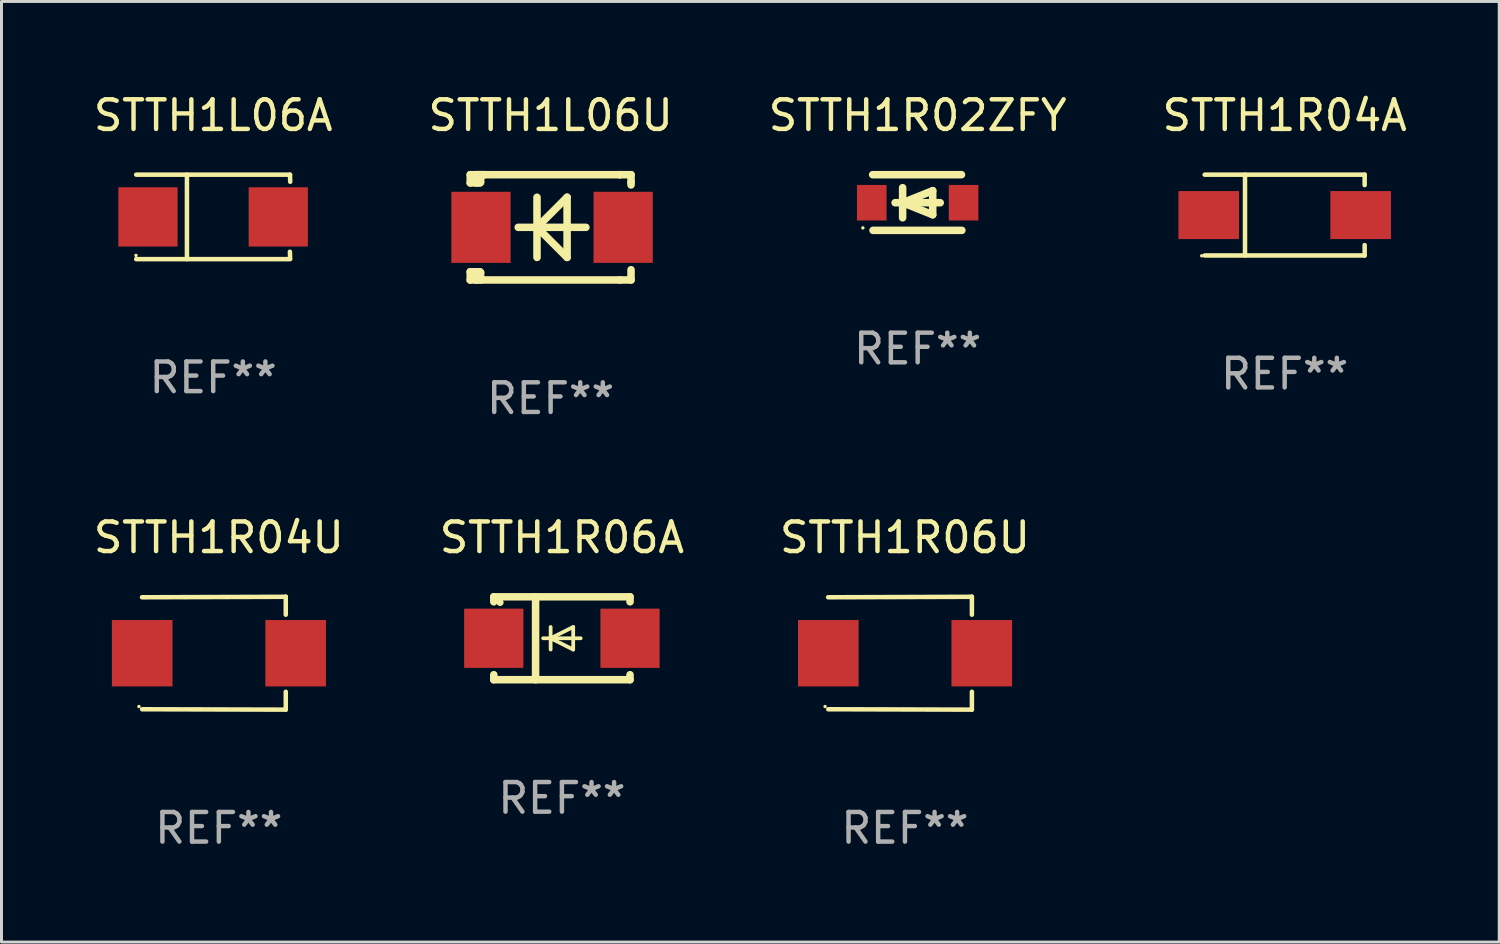
<source format=kicad_pcb>
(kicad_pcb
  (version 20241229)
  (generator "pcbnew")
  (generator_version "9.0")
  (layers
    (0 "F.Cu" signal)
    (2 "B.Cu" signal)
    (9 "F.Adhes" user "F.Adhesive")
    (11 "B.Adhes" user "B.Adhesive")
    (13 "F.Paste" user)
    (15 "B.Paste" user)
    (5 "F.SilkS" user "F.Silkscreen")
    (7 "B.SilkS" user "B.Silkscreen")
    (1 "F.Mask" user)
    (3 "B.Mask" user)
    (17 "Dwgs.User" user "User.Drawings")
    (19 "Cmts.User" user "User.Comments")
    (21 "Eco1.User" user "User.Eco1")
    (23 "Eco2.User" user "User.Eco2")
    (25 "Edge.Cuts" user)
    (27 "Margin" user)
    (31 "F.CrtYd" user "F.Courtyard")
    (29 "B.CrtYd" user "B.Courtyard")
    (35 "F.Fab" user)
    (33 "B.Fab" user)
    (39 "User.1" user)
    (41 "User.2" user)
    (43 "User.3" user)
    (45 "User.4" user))
  (footprint "STTH1L06U"
    (layer "F.Cu")
    (at 15.542 4.626)
    (property "Reference" "STTH1L06U" (at 0 -3.778 0) (layer "F.SilkS") (effects (font (size 1 1) (thickness 0.15))))
    (attr through_hole)
    (fp_line (start -2.715 -1.778) (end -2.715 -1.501) (stroke (width 0.254) (type solid)) (layer "F.SilkS"))
    (fp_line (start -2.715 -1.501) (end -2.505 -1.501) (stroke (width 0.254) (type solid)) (layer "F.SilkS"))
    (fp_line (start -2.715 1.501) (end -2.715 1.778) (stroke (width 0.254) (type solid)) (layer "F.SilkS"))
    (fp_line (start -2.715 1.501) (end -2.505 1.501) (stroke (width 0.254) (type solid)) (layer "F.SilkS"))
    (fp_line (start -2.715 1.778) (end -2.504 1.778) (stroke (width 0.254) (type solid)) (layer "F.SilkS"))
    (fp_line (start -2.505 -1.778) (end -2.715 -1.778) (stroke (width 0.254) (type solid)) (layer "F.SilkS"))
    (fp_line (start -2.505 -1.778) (end -2.238 -1.778) (stroke (width 0.254) (type solid)) (layer "F.SilkS"))
    (fp_line (start -2.505 -1.501) (end -2.505 -1.651) (stroke (width 0.254) (type solid)) (layer "F.SilkS"))
    (fp_line (start -2.505 -1.501) (end -2.388 -1.501) (stroke (width 0.254) (type solid)) (layer "F.SilkS"))
    (fp_line (start -2.505 1.501) (end -2.505 1.778) (stroke (width 0.254) (type solid)) (layer "F.SilkS"))
    (fp_line (start -2.505 1.501) (end -2.388 1.501) (stroke (width 0.254) (type solid)) (layer "F.SilkS"))
    (fp_line (start -2.388 1.501) (end -2.365 1.524) (stroke (width 0.254) (type solid)) (layer "F.SilkS"))
    (fp_line (start -2.388 -1.501) (end -2.365 -1.524) (stroke (width 0.254) (type solid)) (layer "F.SilkS"))
    (fp_line (start -2.365 -1.651) (end -2.505 -1.778) (stroke (width 0.254) (type solid)) (layer "F.SilkS"))
    (fp_line (start -2.365 -1.524) (end -2.365 -1.651) (stroke (width 0.254) (type solid)) (layer "F.SilkS"))
    (fp_line (start -2.365 1.524) (end -2.365 1.778) (stroke (width 0.254) (type solid)) (layer "F.SilkS"))
    (fp_line (start -2.239 -1.778) (end 2.333 -1.778) (stroke (width 0.254) (type solid)) (layer "F.SilkS"))
    (fp_line (start -2.238 -1.778) (end -2.505 -1.778) (stroke (width 0.254) (type solid)) (layer "F.SilkS"))
    (fp_line (start -1.095 0) (end 1.191 0) (stroke (width 0.254) (type solid)) (layer "F.SilkS"))
    (fp_line (start -0.46 -1.016) (end -0.46 1.016) (stroke (width 0.254) (type solid)) (layer "F.SilkS"))
    (fp_line (start -0.46 -0.000127) (end 0.556 1.016) (stroke (width 0.254) (type solid)) (layer "F.SilkS"))
    (fp_line (start 0.556 -1.016) (end 0.556 1.016) (stroke (width 0.254) (type solid)) (layer "F.SilkS"))
    (fp_line (start 0.556 -1.016) (end -0.46 -0.000127) (stroke (width 0.254) (type solid)) (layer "F.SilkS"))
    (fp_line (start 2.333 -1.778) (end 2.333 -1.778) (stroke (width 0.254) (type solid)) (layer "F.SilkS"))
    (fp_line (start 2.333 -1.778) (end 2.715 -1.778) (stroke (width 0.254) (type solid)) (layer "F.SilkS"))
    (fp_line (start 2.334 1.778) (end -2.504 1.778) (stroke (width 0.254) (type solid)) (layer "F.SilkS"))
    (fp_line (start 2.715 -1.778) (end 2.715 -1.524) (stroke (width 0.254) (type solid)) (layer "F.SilkS"))
    (fp_line (start 2.715 -1.524) (end 2.715 -1.431) (stroke (width 0.254) (type solid)) (layer "F.SilkS"))
    (fp_line (start 2.715 1.431) (end 2.715 1.778) (stroke (width 0.254) (type solid)) (layer "F.SilkS"))
    (fp_line (start 2.715 1.778) (end 2.334 1.778) (stroke (width 0.254) (type solid)) (layer "F.SilkS"))
    (fp_circle (center -2.602 1.8) (end -2.572 1.8) (stroke (width 0.06) (type solid)) (fill no) (layer "F.SilkS"))
    (fp_text user "REF**" (at 0 5.778 0) (layer "F.Fab") (effects (font (size 1 1) (thickness 0.15))))
    (pad "1" smd rect (at -2.352 -0.000076) (size 2 2.4) (layers "F.Cu" "F.Mask" "F.Paste"))
    (pad "2" smd rect (at 2.448 -0.000076) (size 2 2.4) (layers "F.Cu" "F.Mask" "F.Paste")))
  (footprint "STTH1R02ZFY"
    (layer "F.Cu")
    (at 27.935 3.788)
    (property "Reference" "STTH1R02ZFY" (at 0 -2.94 0) (layer "F.SilkS") (effects (font (size 1 1) (thickness 0.15))))
    (attr through_hole)
    (fp_line (start -1.52 -0.94) (end 1.48 -0.94) (stroke (width 0.254) (type solid)) (layer "F.SilkS"))
    (fp_line (start -1.507 0.94) (end 1.493 0.94) (stroke (width 0.254) (type solid)) (layer "F.SilkS"))
    (fp_line (start -0.762 0.007) (end 0.762 0.007) (stroke (width 0.254) (type solid)) (layer "F.SilkS"))
    (fp_line (start -0.508 -0.501) (end -0.508 0.515) (stroke (width 0.254) (type solid)) (layer "F.SilkS"))
    (fp_line (start -0.508 0.007) (end 0.508 -0.4) (stroke (width 0.254) (type solid)) (layer "F.SilkS"))
    (fp_line (start 0.508 -0.4) (end 0.508 0.413) (stroke (width 0.254) (type solid)) (layer "F.SilkS"))
    (fp_line (start 0.508 0.413) (end -0.508 0.007) (stroke (width 0.254) (type solid)) (layer "F.SilkS"))
    (fp_circle (center -1.85 0.857) (end -1.82 0.857) (stroke (width 0.06) (type solid)) (fill no) (layer "F.SilkS"))
    (fp_text user "REF**" (at 0 4.94 0) (layer "F.Fab") (effects (font (size 1 1) (thickness 0.15))))
    (pad "1" smd rect (at -1.55 0.007) (size 1 1.2) (layers "F.Cu" "F.Mask" "F.Paste"))
    (pad "2" smd rect (at 1.55 0.007) (size 1 1.2) (layers "F.Cu" "F.Mask" "F.Paste")))
  (footprint "STTH1R06U"
    (layer "F.Cu")
    (at 27.506 19.006)
    (property "Reference" "STTH1R06U" (at 0 -3.905 0) (layer "F.SilkS") (effects (font (size 1 1) (thickness 0.15))))
    (attr through_hole)
    (fp_line (start 2.256 -1.905) (end -2.594 -1.889) (stroke (width 0.152) (type solid)) (layer "F.SilkS"))
    (fp_line (start 2.256 -1.905) (end 2.26 -1.905) (stroke (width 0.152) (type solid)) (layer "F.SilkS"))
    (fp_line (start 2.26 -1.905) (end 2.26 -1.301) (stroke (width 0.152) (type solid)) (layer "F.SilkS"))
    (fp_line (start 2.26 1.301) (end 2.26 1.905) (stroke (width 0.152) (type solid)) (layer "F.SilkS"))
    (fp_line (start 2.26 1.905) (end -2.59 1.892) (stroke (width 0.152) (type solid)) (layer "F.SilkS"))
    (fp_circle (center -2.697 1.8) (end -2.667 1.8) (stroke (width 0.06) (type solid)) (fill no) (layer "F.SilkS"))
    (fp_text user "REF**" (at 0 5.905 0) (layer "F.Fab") (effects (font (size 1 1) (thickness 0.15))))
    (pad "1" smd rect (at -2.588 0) (size 2.047 2.241) (layers "F.Cu" "F.Mask" "F.Paste"))
    (pad "2" smd rect (at 2.594 0) (size 2.047 2.241) (layers "F.Cu" "F.Mask" "F.Paste")))
  (footprint "STTH1L06A"
    (layer "F.Cu")
    (at 4.149 4.274)
    (property "Reference" "STTH1L06A" (at 0 -3.426 0) (layer "F.SilkS") (effects (font (size 1 1) (thickness 0.15))))
    (attr through_hole)
    (fp_line (start -2.6 -1.426) (end 2.593 -1.426) (stroke (width 0.152) (type solid)) (layer "F.SilkS"))
    (fp_line (start -2.6 1.426) (end 2.593 1.426) (stroke (width 0.152) (type solid)) (layer "F.SilkS"))
    (fp_line (start -0.887 -1.426) (end -0.887 1.426) (stroke (width 0.152) (type solid)) (layer "F.SilkS"))
    (fp_line (start 2.59 1.176) (end 2.597 1.415) (stroke (width 0.152) (type solid)) (layer "F.SilkS"))
    (fp_line (start 2.593 -1.426) (end 2.6 -1.187) (stroke (width 0.152) (type solid)) (layer "F.SilkS"))
    (fp_circle (center -2.608 1.3) (end -2.578 1.3) (stroke (width 0.06) (type solid)) (fill no) (layer "F.SilkS"))
    (fp_text user "REF**" (at 0 5.426 0) (layer "F.Fab") (effects (font (size 1 1) (thickness 0.15))))
    (pad "1" smd rect (at -2.203 0 180) (size 2 2) (layers "F.Cu" "F.Mask" "F.Paste"))
    (pad "2" smd rect (at 2.197 0 180) (size 2 2) (layers "F.Cu" "F.Mask" "F.Paste")))
  (footprint "STTH1R04U"
    (layer "F.Cu")
    (at 4.339 19.006)
    (property "Reference" "STTH1R04U" (at 0 -3.905 0) (layer "F.SilkS") (effects (font (size 1 1) (thickness 0.15))))
    (attr through_hole)
    (fp_line (start 2.256 -1.905) (end -2.594 -1.889) (stroke (width 0.152) (type solid)) (layer "F.SilkS"))
    (fp_line (start 2.256 -1.905) (end 2.26 -1.905) (stroke (width 0.152) (type solid)) (layer "F.SilkS"))
    (fp_line (start 2.26 -1.905) (end 2.26 -1.301) (stroke (width 0.152) (type solid)) (layer "F.SilkS"))
    (fp_line (start 2.26 1.301) (end 2.26 1.905) (stroke (width 0.152) (type solid)) (layer "F.SilkS"))
    (fp_line (start 2.26 1.905) (end -2.59 1.892) (stroke (width 0.152) (type solid)) (layer "F.SilkS"))
    (fp_circle (center -2.697 1.8) (end -2.667 1.8) (stroke (width 0.06) (type solid)) (fill no) (layer "F.SilkS"))
    (fp_text user "REF**" (at 0 5.905 0) (layer "F.Fab") (effects (font (size 1 1) (thickness 0.15))))
    (pad "1" smd rect (at -2.588 0) (size 2.047 2.241) (layers "F.Cu" "F.Mask" "F.Paste"))
    (pad "2" smd rect (at 2.594 0) (size 2.047 2.241) (layers "F.Cu" "F.Mask" "F.Paste")))
  (footprint "STTH1R04A"
    (layer "F.Cu")
    (at 40.327 4.212)
    (property "Reference" "STTH1R04A" (at 0 -3.364 0) (layer "F.SilkS") (effects (font (size 1 1) (thickness 0.15))))
    (attr through_hole)
    (fp_line (start -2.701 -1.364) (end 2.701 -1.364) (stroke (width 0.152) (type solid)) (layer "F.SilkS"))
    (fp_line (start -2.701 1.364) (end 2.701 1.364) (stroke (width 0.152) (type solid)) (layer "F.SilkS"))
    (fp_line (start -1.339 -1.364) (end -1.339 1.364) (stroke (width 0.152) (type solid)) (layer "F.SilkS"))
    (fp_line (start 2.701 -1.364) (end 2.701 -1.013) (stroke (width 0.152) (type solid)) (layer "F.SilkS"))
    (fp_line (start 2.701 1.364) (end 2.701 1.013) (stroke (width 0.152) (type solid)) (layer "F.SilkS"))
    (fp_circle (center -2.8 1.375) (end -2.77 1.375) (stroke (width 0.06) (type solid)) (fill no) (layer "F.SilkS"))
    (fp_text user "REF**" (at 0 5.364 0) (layer "F.Fab") (effects (font (size 1 1) (thickness 0.15))))
    (pad "1" smd rect (at -2.565 -0.000025) (size 2.046 1.62) (layers "F.Cu" "F.Mask" "F.Paste"))
    (pad "2" smd rect (at 2.565 -0.000025) (size 2.046 1.62) (layers "F.Cu" "F.Mask" "F.Paste")))
  (footprint "STTH1R06A"
    (layer "F.Cu")
    (at 15.923 18.501)
    (property "Reference" "STTH1R06A" (at 0 -3.4 0) (layer "F.SilkS") (effects (font (size 1 1) (thickness 0.15))))
    (attr through_hole)
    (fp_line (start -2.3 -1.4) (end -2.3 -1.231) (stroke (width 0.254) (type solid)) (layer "F.SilkS"))
    (fp_line (start -2.3 -1.4) (end 2.3 -1.4) (stroke (width 0.254) (type solid)) (layer "F.SilkS"))
    (fp_line (start -2.3 1.231) (end -2.3 1.4) (stroke (width 0.254) (type solid)) (layer "F.SilkS"))
    (fp_line (start -2.3 1.4) (end 2.3 1.4) (stroke (width 0.254) (type solid)) (layer "F.SilkS"))
    (fp_line (start -0.889 1.4) (end -0.889 -1.4) (stroke (width 0.254) (type solid)) (layer "F.SilkS"))
    (fp_line (start -0.381 0) (end -0.381 -0.381) (stroke (width 0.127) (type solid)) (layer "F.SilkS"))
    (fp_line (start -0.381 0) (end -0.381 0.381) (stroke (width 0.127) (type solid)) (layer "F.SilkS"))
    (fp_line (start 0.381 -0.381) (end -0.381 0) (stroke (width 0.127) (type solid)) (layer "F.SilkS"))
    (fp_line (start 0.381 0) (end 0.381 -0.381) (stroke (width 0.127) (type solid)) (layer "F.SilkS"))
    (fp_line (start 0.381 0) (end 0.381 0.381) (stroke (width 0.127) (type solid)) (layer "F.SilkS"))
    (fp_line (start 0.381 0.381) (end -0.381 0) (stroke (width 0.127) (type solid)) (layer "F.SilkS"))
    (fp_line (start 0.635 0) (end -0.635 0) (stroke (width 0.127) (type solid)) (layer "F.SilkS"))
    (fp_line (start 2.3 -1.4) (end 2.3 -1.231) (stroke (width 0.254) (type solid)) (layer "F.SilkS"))
    (fp_line (start 2.3 1.231) (end 2.3 1.4) (stroke (width 0.254) (type solid)) (layer "F.SilkS"))
    (fp_circle (center -2.088 -1.208) (end -2.028 -1.208) (stroke (width 0.12) (type solid)) (fill no) (layer "F.SilkS"))
    (fp_text user "REF**" (at 0 5.4 0) (layer "F.Fab") (effects (font (size 1 1) (thickness 0.15))))
    (pad "1" smd rect (at -2.3 0 180) (size 2 2) (layers "F.Cu" "F.Mask" "F.Paste"))
    (pad "2" smd rect (at 2.3 0 180) (size 2 2) (layers "F.Cu" "F.Mask" "F.Paste")))
  (gr_rect
    (start -3 -3)
    (end 47.571 28.759)
    (stroke (width 0.1) (type default))
    (fill no)
    (layer "Edge.Cuts")))
</source>
